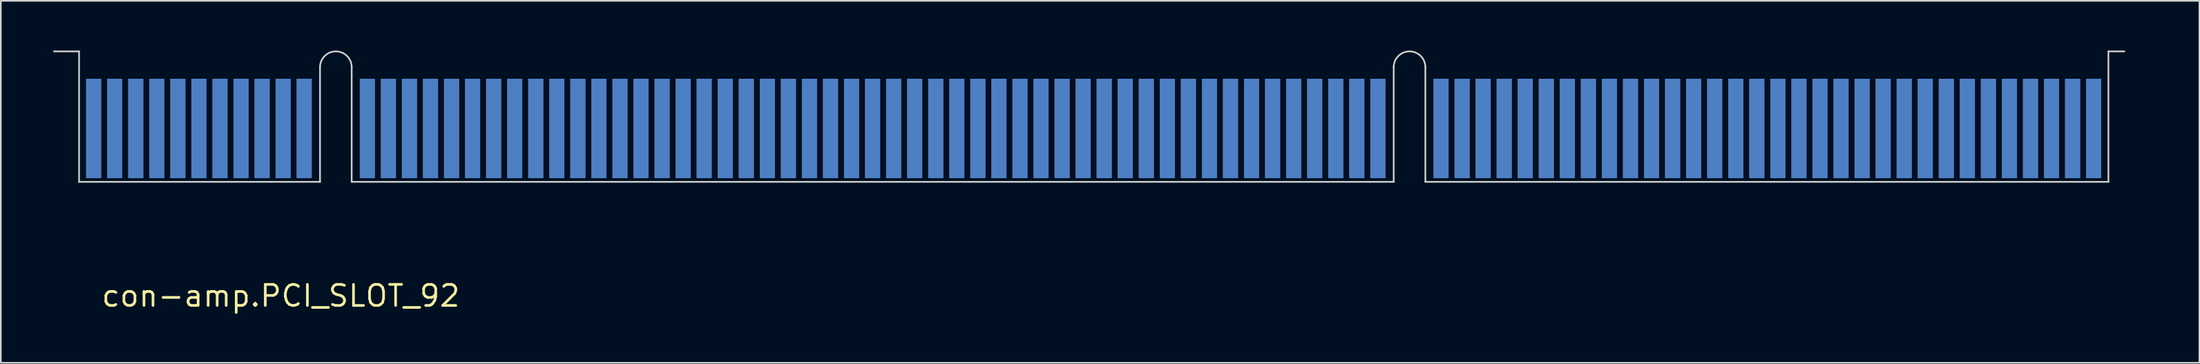
<source format=kicad_pcb>
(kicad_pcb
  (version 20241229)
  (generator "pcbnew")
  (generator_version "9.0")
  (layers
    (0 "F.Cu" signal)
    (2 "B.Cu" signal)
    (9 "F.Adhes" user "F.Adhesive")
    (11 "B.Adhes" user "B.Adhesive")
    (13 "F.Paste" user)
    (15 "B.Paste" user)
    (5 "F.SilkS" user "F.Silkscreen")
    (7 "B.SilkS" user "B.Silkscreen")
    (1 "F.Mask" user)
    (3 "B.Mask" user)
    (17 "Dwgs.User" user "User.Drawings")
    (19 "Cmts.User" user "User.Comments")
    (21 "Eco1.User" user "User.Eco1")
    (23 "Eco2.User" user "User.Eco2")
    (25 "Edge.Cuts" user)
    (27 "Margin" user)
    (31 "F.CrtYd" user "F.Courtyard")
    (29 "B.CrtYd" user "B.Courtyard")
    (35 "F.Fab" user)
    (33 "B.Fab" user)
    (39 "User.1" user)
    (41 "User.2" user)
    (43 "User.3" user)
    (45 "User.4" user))
  (footprint "con-amp.PCI_SLOT_92"
    (layer "F.Cu")
    (at 2.6 7.92)
    (property "Reference" "con-amp.PCI_SLOT_92" (at 0.39 7.62 0) (layer "F.SilkS") (effects (font (size 1.27 1.27) (thickness 0.16)) (justify left bottom)))
    (attr smd)
    (fp_line (start -2.15 3.81) (end 123.58 3.81) (stroke (width 0.9) (type default)) (layer "F.Mask"))
    (fp_line (start 0 -5.915) (end 0 3.52) (stroke (width 0.91) (type default)) (layer "F.Mask"))
    (fp_line (start 1.27 -5.915) (end 1.27 3.52) (stroke (width 0.91) (type default)) (layer "F.Mask"))
    (fp_line (start 2.54 -5.915) (end 2.54 3.52) (stroke (width 0.91) (type default)) (layer "F.Mask"))
    (fp_line (start 3.81 -5.915) (end 3.81 3.52) (stroke (width 0.91) (type default)) (layer "F.Mask"))
    (fp_line (start 5.08 -5.915) (end 5.08 3.52) (stroke (width 0.91) (type default)) (layer "F.Mask"))
    (fp_line (start 6.35 -5.915) (end 6.35 3.52) (stroke (width 0.91) (type default)) (layer "F.Mask"))
    (fp_line (start 7.62 -5.915) (end 7.62 3.52) (stroke (width 0.91) (type default)) (layer "F.Mask"))
    (fp_line (start 8.89 -5.915) (end 8.89 3.52) (stroke (width 0.91) (type default)) (layer "F.Mask"))
    (fp_line (start 10.16 -5.915) (end 10.16 3.52) (stroke (width 0.91) (type default)) (layer "F.Mask"))
    (fp_line (start 11.43 -5.915) (end 11.43 3.52) (stroke (width 0.91) (type default)) (layer "F.Mask"))
    (fp_line (start 12.7 -5.915) (end 12.7 3.52) (stroke (width 0.91) (type default)) (layer "F.Mask"))
    (fp_line (start 16.51 -5.915) (end 16.51 3.52) (stroke (width 0.91) (type default)) (layer "F.Mask"))
    (fp_line (start 17.78 -5.915) (end 17.78 3.52) (stroke (width 0.91) (type default)) (layer "F.Mask"))
    (fp_line (start 19.05 -5.915) (end 19.05 3.52) (stroke (width 0.91) (type default)) (layer "F.Mask"))
    (fp_line (start 20.32 -5.915) (end 20.32 3.52) (stroke (width 0.91) (type default)) (layer "F.Mask"))
    (fp_line (start 21.59 -5.915) (end 21.59 3.52) (stroke (width 0.91) (type default)) (layer "F.Mask"))
    (fp_line (start 22.86 -5.915) (end 22.86 3.52) (stroke (width 0.91) (type default)) (layer "F.Mask"))
    (fp_line (start 24.13 -5.915) (end 24.13 3.52) (stroke (width 0.91) (type default)) (layer "F.Mask"))
    (fp_line (start 25.4 -5.915) (end 25.4 3.52) (stroke (width 0.91) (type default)) (layer "F.Mask"))
    (fp_line (start 26.67 -5.915) (end 26.67 3.52) (stroke (width 0.91) (type default)) (layer "F.Mask"))
    (fp_line (start 27.94 -5.915) (end 27.94 3.52) (stroke (width 0.91) (type default)) (layer "F.Mask"))
    (fp_line (start 29.21 -5.915) (end 29.21 3.52) (stroke (width 0.91) (type default)) (layer "F.Mask"))
    (fp_line (start 30.48 -5.915) (end 30.48 3.52) (stroke (width 0.91) (type default)) (layer "F.Mask"))
    (fp_line (start 31.75 -5.915) (end 31.75 3.52) (stroke (width 0.91) (type default)) (layer "F.Mask"))
    (fp_line (start 33.02 -5.915) (end 33.02 3.52) (stroke (width 0.91) (type default)) (layer "F.Mask"))
    (fp_line (start 34.29 -5.915) (end 34.29 3.52) (stroke (width 0.91) (type default)) (layer "F.Mask"))
    (fp_line (start 35.56 -5.915) (end 35.56 3.52) (stroke (width 0.91) (type default)) (layer "F.Mask"))
    (fp_line (start 36.83 -5.915) (end 36.83 3.52) (stroke (width 0.91) (type default)) (layer "F.Mask"))
    (fp_line (start 38.1 -5.915) (end 38.1 3.52) (stroke (width 0.91) (type default)) (layer "F.Mask"))
    (fp_line (start 39.37 -5.915) (end 39.37 3.52) (stroke (width 0.91) (type default)) (layer "F.Mask"))
    (fp_line (start 40.64 -5.915) (end 40.64 3.52) (stroke (width 0.91) (type default)) (layer "F.Mask"))
    (fp_line (start 41.91 -5.915) (end 41.91 3.52) (stroke (width 0.91) (type default)) (layer "F.Mask"))
    (fp_line (start 43.18 -5.915) (end 43.18 3.52) (stroke (width 0.91) (type default)) (layer "F.Mask"))
    (fp_line (start 44.45 -5.915) (end 44.45 3.52) (stroke (width 0.91) (type default)) (layer "F.Mask"))
    (fp_line (start 45.72 -5.915) (end 45.72 3.52) (stroke (width 0.91) (type default)) (layer "F.Mask"))
    (fp_line (start 46.99 -5.915) (end 46.99 3.52) (stroke (width 0.91) (type default)) (layer "F.Mask"))
    (fp_line (start 48.26 -5.915) (end 48.26 3.52) (stroke (width 0.91) (type default)) (layer "F.Mask"))
    (fp_line (start 49.53 -5.915) (end 49.53 3.52) (stroke (width 0.91) (type default)) (layer "F.Mask"))
    (fp_line (start 50.8 -5.915) (end 50.8 3.52) (stroke (width 0.91) (type default)) (layer "F.Mask"))
    (fp_line (start 52.07 -5.915) (end 52.07 3.52) (stroke (width 0.91) (type default)) (layer "F.Mask"))
    (fp_line (start 53.34 -5.915) (end 53.34 3.52) (stroke (width 0.91) (type default)) (layer "F.Mask"))
    (fp_line (start 54.61 -5.915) (end 54.61 3.52) (stroke (width 0.91) (type default)) (layer "F.Mask"))
    (fp_line (start 55.88 -5.915) (end 55.88 3.52) (stroke (width 0.91) (type default)) (layer "F.Mask"))
    (fp_line (start 57.15 -5.915) (end 57.15 3.52) (stroke (width 0.91) (type default)) (layer "F.Mask"))
    (fp_line (start 58.42 -5.915) (end 58.42 3.52) (stroke (width 0.91) (type default)) (layer "F.Mask"))
    (fp_line (start 59.69 -5.915) (end 59.69 3.52) (stroke (width 0.91) (type default)) (layer "F.Mask"))
    (fp_line (start 60.96 -5.915) (end 60.96 3.52) (stroke (width 0.91) (type default)) (layer "F.Mask"))
    (fp_line (start 62.23 -5.915) (end 62.23 3.52) (stroke (width 0.91) (type default)) (layer "F.Mask"))
    (fp_line (start 63.5 -5.915) (end 63.5 3.52) (stroke (width 0.91) (type default)) (layer "F.Mask"))
    (fp_line (start 64.77 -5.915) (end 64.77 3.52) (stroke (width 0.91) (type default)) (layer "F.Mask"))
    (fp_line (start 66.04 -5.915) (end 66.04 3.52) (stroke (width 0.91) (type default)) (layer "F.Mask"))
    (fp_line (start 67.31 -5.915) (end 67.31 3.52) (stroke (width 0.91) (type default)) (layer "F.Mask"))
    (fp_line (start 68.58 -5.915) (end 68.58 3.52) (stroke (width 0.91) (type default)) (layer "F.Mask"))
    (fp_line (start 69.85 -5.915) (end 69.85 3.52) (stroke (width 0.91) (type default)) (layer "F.Mask"))
    (fp_line (start 71.12 -5.915) (end 71.12 3.52) (stroke (width 0.91) (type default)) (layer "F.Mask"))
    (fp_line (start 72.39 -5.915) (end 72.39 3.52) (stroke (width 0.91) (type default)) (layer "F.Mask"))
    (fp_line (start 73.66 -5.915) (end 73.66 3.52) (stroke (width 0.91) (type default)) (layer "F.Mask"))
    (fp_line (start 74.93 -5.915) (end 74.93 3.52) (stroke (width 0.91) (type default)) (layer "F.Mask"))
    (fp_line (start 76.2 -5.915) (end 76.2 3.52) (stroke (width 0.91) (type default)) (layer "F.Mask"))
    (fp_line (start 77.47 -5.915) (end 77.47 3.52) (stroke (width 0.91) (type default)) (layer "F.Mask"))
    (fp_line (start 81.28 -5.915) (end 81.28 3.52) (stroke (width 0.91) (type default)) (layer "F.Mask"))
    (fp_line (start 82.55 -5.915) (end 82.55 3.52) (stroke (width 0.91) (type default)) (layer "F.Mask"))
    (fp_line (start 83.82 -5.915) (end 83.82 3.52) (stroke (width 0.91) (type default)) (layer "F.Mask"))
    (fp_line (start 85.09 -5.915) (end 85.09 3.52) (stroke (width 0.91) (type default)) (layer "F.Mask"))
    (fp_line (start 86.36 -5.915) (end 86.36 3.52) (stroke (width 0.91) (type default)) (layer "F.Mask"))
    (fp_line (start 87.63 -5.915) (end 87.63 3.52) (stroke (width 0.91) (type default)) (layer "F.Mask"))
    (fp_line (start 88.9 -5.915) (end 88.9 3.52) (stroke (width 0.91) (type default)) (layer "F.Mask"))
    (fp_line (start 90.17 -5.915) (end 90.17 3.52) (stroke (width 0.91) (type default)) (layer "F.Mask"))
    (fp_line (start 91.44 -5.915) (end 91.44 3.52) (stroke (width 0.91) (type default)) (layer "F.Mask"))
    (fp_line (start 92.71 -5.915) (end 92.71 3.52) (stroke (width 0.91) (type default)) (layer "F.Mask"))
    (fp_line (start 93.98 -5.915) (end 93.98 3.52) (stroke (width 0.91) (type default)) (layer "F.Mask"))
    (fp_line (start 95.25 -5.915) (end 95.25 3.52) (stroke (width 0.91) (type default)) (layer "F.Mask"))
    (fp_line (start 96.52 -5.915) (end 96.52 3.52) (stroke (width 0.91) (type default)) (layer "F.Mask"))
    (fp_line (start 97.79 -5.915) (end 97.79 3.52) (stroke (width 0.91) (type default)) (layer "F.Mask"))
    (fp_line (start 99.06 -5.915) (end 99.06 3.52) (stroke (width 0.91) (type default)) (layer "F.Mask"))
    (fp_line (start 100.33 -5.915) (end 100.33 3.52) (stroke (width 0.91) (type default)) (layer "F.Mask"))
    (fp_line (start 101.6 -5.915) (end 101.6 3.52) (stroke (width 0.91) (type default)) (layer "F.Mask"))
    (fp_line (start 102.87 -5.915) (end 102.87 3.52) (stroke (width 0.91) (type default)) (layer "F.Mask"))
    (fp_line (start 104.14 -5.915) (end 104.14 3.52) (stroke (width 0.91) (type default)) (layer "F.Mask"))
    (fp_line (start 105.41 -5.915) (end 105.41 3.52) (stroke (width 0.91) (type default)) (layer "F.Mask"))
    (fp_line (start 106.68 -5.915) (end 106.68 3.52) (stroke (width 0.91) (type default)) (layer "F.Mask"))
    (fp_line (start 107.95 -5.915) (end 107.95 3.52) (stroke (width 0.91) (type default)) (layer "F.Mask"))
    (fp_line (start 109.22 -5.915) (end 109.22 3.52) (stroke (width 0.91) (type default)) (layer "F.Mask"))
    (fp_line (start 110.49 -5.915) (end 110.49 3.52) (stroke (width 0.91) (type default)) (layer "F.Mask"))
    (fp_line (start 111.76 -5.915) (end 111.76 3.52) (stroke (width 0.91) (type default)) (layer "F.Mask"))
    (fp_line (start 113.03 -5.915) (end 113.03 3.52) (stroke (width 0.91) (type default)) (layer "F.Mask"))
    (fp_line (start 114.3 -5.915) (end 114.3 3.52) (stroke (width 0.91) (type default)) (layer "F.Mask"))
    (fp_line (start 115.57 -5.915) (end 115.57 3.52) (stroke (width 0.91) (type default)) (layer "F.Mask"))
    (fp_line (start 116.84 -5.915) (end 116.84 3.52) (stroke (width 0.91) (type default)) (layer "F.Mask"))
    (fp_line (start 118.11 -5.915) (end 118.11 3.52) (stroke (width 0.91) (type default)) (layer "F.Mask"))
    (fp_line (start 119.38 -5.915) (end 119.38 3.52) (stroke (width 0.91) (type default)) (layer "F.Mask"))
    (fp_line (start 120.65 -5.915) (end 120.65 3.52) (stroke (width 0.91) (type default)) (layer "F.Mask"))
    (fp_line (start 0 3.52) (end 0 -5.915) (stroke (width 0.91) (type default)) (layer "B.Mask"))
    (fp_line (start 1.27 3.52) (end 1.27 -5.915) (stroke (width 0.91) (type default)) (layer "B.Mask"))
    (fp_line (start 2.54 3.52) (end 2.54 -5.915) (stroke (width 0.91) (type default)) (layer "B.Mask"))
    (fp_line (start 3.81 3.52) (end 3.81 -5.915) (stroke (width 0.91) (type default)) (layer "B.Mask"))
    (fp_line (start 5.08 3.52) (end 5.08 -5.915) (stroke (width 0.91) (type default)) (layer "B.Mask"))
    (fp_line (start 6.35 3.52) (end 6.35 -5.915) (stroke (width 0.91) (type default)) (layer "B.Mask"))
    (fp_line (start 7.62 3.52) (end 7.62 -5.915) (stroke (width 0.91) (type default)) (layer "B.Mask"))
    (fp_line (start 8.89 3.52) (end 8.89 -5.915) (stroke (width 0.91) (type default)) (layer "B.Mask"))
    (fp_line (start 10.16 3.52) (end 10.16 -5.915) (stroke (width 0.91) (type default)) (layer "B.Mask"))
    (fp_line (start 11.43 3.52) (end 11.43 -5.915) (stroke (width 0.91) (type default)) (layer "B.Mask"))
    (fp_line (start 12.7 3.52) (end 12.7 -5.915) (stroke (width 0.91) (type default)) (layer "B.Mask"))
    (fp_line (start 16.51 3.52) (end 16.51 -5.915) (stroke (width 0.91) (type default)) (layer "B.Mask"))
    (fp_line (start 17.78 3.52) (end 17.78 -5.915) (stroke (width 0.91) (type default)) (layer "B.Mask"))
    (fp_line (start 19.05 3.52) (end 19.05 -5.915) (stroke (width 0.91) (type default)) (layer "B.Mask"))
    (fp_line (start 20.32 3.52) (end 20.32 -5.915) (stroke (width 0.91) (type default)) (layer "B.Mask"))
    (fp_line (start 21.59 3.52) (end 21.59 -5.915) (stroke (width 0.91) (type default)) (layer "B.Mask"))
    (fp_line (start 22.86 3.52) (end 22.86 -5.915) (stroke (width 0.91) (type default)) (layer "B.Mask"))
    (fp_line (start 24.13 3.52) (end 24.13 -5.915) (stroke (width 0.91) (type default)) (layer "B.Mask"))
    (fp_line (start 25.4 3.52) (end 25.4 -5.915) (stroke (width 0.91) (type default)) (layer "B.Mask"))
    (fp_line (start 26.67 3.52) (end 26.67 -5.915) (stroke (width 0.91) (type default)) (layer "B.Mask"))
    (fp_line (start 27.94 3.52) (end 27.94 -5.915) (stroke (width 0.91) (type default)) (layer "B.Mask"))
    (fp_line (start 29.21 3.52) (end 29.21 -5.915) (stroke (width 0.91) (type default)) (layer "B.Mask"))
    (fp_line (start 30.48 3.52) (end 30.48 -5.915) (stroke (width 0.91) (type default)) (layer "B.Mask"))
    (fp_line (start 31.75 3.52) (end 31.75 -5.915) (stroke (width 0.91) (type default)) (layer "B.Mask"))
    (fp_line (start 33.02 3.52) (end 33.02 -5.915) (stroke (width 0.91) (type default)) (layer "B.Mask"))
    (fp_line (start 34.29 3.52) (end 34.29 -5.915) (stroke (width 0.91) (type default)) (layer "B.Mask"))
    (fp_line (start 35.56 3.52) (end 35.56 -5.915) (stroke (width 0.91) (type default)) (layer "B.Mask"))
    (fp_line (start 36.83 3.52) (end 36.83 -5.915) (stroke (width 0.91) (type default)) (layer "B.Mask"))
    (fp_line (start 38.1 3.52) (end 38.1 -5.915) (stroke (width 0.91) (type default)) (layer "B.Mask"))
    (fp_line (start 39.37 3.52) (end 39.37 -5.915) (stroke (width 0.91) (type default)) (layer "B.Mask"))
    (fp_line (start 40.64 3.52) (end 40.64 -5.915) (stroke (width 0.91) (type default)) (layer "B.Mask"))
    (fp_line (start 41.91 3.52) (end 41.91 -5.915) (stroke (width 0.91) (type default)) (layer "B.Mask"))
    (fp_line (start 43.18 3.52) (end 43.18 -5.915) (stroke (width 0.91) (type default)) (layer "B.Mask"))
    (fp_line (start 44.45 3.52) (end 44.45 -5.915) (stroke (width 0.91) (type default)) (layer "B.Mask"))
    (fp_line (start 45.72 3.52) (end 45.72 -5.915) (stroke (width 0.91) (type default)) (layer "B.Mask"))
    (fp_line (start 46.99 3.52) (end 46.99 -5.915) (stroke (width 0.91) (type default)) (layer "B.Mask"))
    (fp_line (start 48.26 3.52) (end 48.26 -5.915) (stroke (width 0.91) (type default)) (layer "B.Mask"))
    (fp_line (start 49.53 3.52) (end 49.53 -5.915) (stroke (width 0.91) (type default)) (layer "B.Mask"))
    (fp_line (start 50.8 3.52) (end 50.8 -5.915) (stroke (width 0.91) (type default)) (layer "B.Mask"))
    (fp_line (start 52.07 3.52) (end 52.07 -5.915) (stroke (width 0.91) (type default)) (layer "B.Mask"))
    (fp_line (start 53.34 3.52) (end 53.34 -5.915) (stroke (width 0.91) (type default)) (layer "B.Mask"))
    (fp_line (start 54.61 3.52) (end 54.61 -5.915) (stroke (width 0.91) (type default)) (layer "B.Mask"))
    (fp_line (start 55.88 3.52) (end 55.88 -5.915) (stroke (width 0.91) (type default)) (layer "B.Mask"))
    (fp_line (start 57.15 3.52) (end 57.15 -5.915) (stroke (width 0.91) (type default)) (layer "B.Mask"))
    (fp_line (start 58.42 3.52) (end 58.42 -5.915) (stroke (width 0.91) (type default)) (layer "B.Mask"))
    (fp_line (start 59.69 3.52) (end 59.69 -5.915) (stroke (width 0.91) (type default)) (layer "B.Mask"))
    (fp_line (start 60.96 3.52) (end 60.96 -5.915) (stroke (width 0.91) (type default)) (layer "B.Mask"))
    (fp_line (start 62.23 3.52) (end 62.23 -5.915) (stroke (width 0.91) (type default)) (layer "B.Mask"))
    (fp_line (start 63.5 3.52) (end 63.5 -5.915) (stroke (width 0.91) (type default)) (layer "B.Mask"))
    (fp_line (start 64.77 3.52) (end 64.77 -5.915) (stroke (width 0.91) (type default)) (layer "B.Mask"))
    (fp_line (start 66.04 3.52) (end 66.04 -5.915) (stroke (width 0.91) (type default)) (layer "B.Mask"))
    (fp_line (start 67.31 3.52) (end 67.31 -5.915) (stroke (width 0.91) (type default)) (layer "B.Mask"))
    (fp_line (start 68.58 3.52) (end 68.58 -5.915) (stroke (width 0.91) (type default)) (layer "B.Mask"))
    (fp_line (start 69.85 3.52) (end 69.85 -5.915) (stroke (width 0.91) (type default)) (layer "B.Mask"))
    (fp_line (start 71.12 3.52) (end 71.12 -5.915) (stroke (width 0.91) (type default)) (layer "B.Mask"))
    (fp_line (start 72.39 3.52) (end 72.39 -5.915) (stroke (width 0.91) (type default)) (layer "B.Mask"))
    (fp_line (start 73.66 3.52) (end 73.66 -5.915) (stroke (width 0.91) (type default)) (layer "B.Mask"))
    (fp_line (start 74.93 3.52) (end 74.93 -5.915) (stroke (width 0.91) (type default)) (layer "B.Mask"))
    (fp_line (start 76.2 3.52) (end 76.2 -5.915) (stroke (width 0.91) (type default)) (layer "B.Mask"))
    (fp_line (start 77.47 3.52) (end 77.47 -5.915) (stroke (width 0.91) (type default)) (layer "B.Mask"))
    (fp_line (start 81.28 3.52) (end 81.28 -5.915) (stroke (width 0.91) (type default)) (layer "B.Mask"))
    (fp_line (start 82.55 3.52) (end 82.55 -5.915) (stroke (width 0.91) (type default)) (layer "B.Mask"))
    (fp_line (start 83.82 3.52) (end 83.82 -5.915) (stroke (width 0.91) (type default)) (layer "B.Mask"))
    (fp_line (start 85.09 3.52) (end 85.09 -5.915) (stroke (width 0.91) (type default)) (layer "B.Mask"))
    (fp_line (start 86.36 3.52) (end 86.36 -5.915) (stroke (width 0.91) (type default)) (layer "B.Mask"))
    (fp_line (start 87.63 3.52) (end 87.63 -5.915) (stroke (width 0.91) (type default)) (layer "B.Mask"))
    (fp_line (start 88.9 3.52) (end 88.9 -5.915) (stroke (width 0.91) (type default)) (layer "B.Mask"))
    (fp_line (start 90.17 3.52) (end 90.17 -5.915) (stroke (width 0.91) (type default)) (layer "B.Mask"))
    (fp_line (start 91.44 3.52) (end 91.44 -5.915) (stroke (width 0.91) (type default)) (layer "B.Mask"))
    (fp_line (start 92.71 3.52) (end 92.71 -5.915) (stroke (width 0.91) (type default)) (layer "B.Mask"))
    (fp_line (start 93.98 3.52) (end 93.98 -5.915) (stroke (width 0.91) (type default)) (layer "B.Mask"))
    (fp_line (start 95.25 3.52) (end 95.25 -5.915) (stroke (width 0.91) (type default)) (layer "B.Mask"))
    (fp_line (start 96.52 3.52) (end 96.52 -5.915) (stroke (width 0.91) (type default)) (layer "B.Mask"))
    (fp_line (start 97.79 3.52) (end 97.79 -5.915) (stroke (width 0.91) (type default)) (layer "B.Mask"))
    (fp_line (start 99.06 3.52) (end 99.06 -5.915) (stroke (width 0.91) (type default)) (layer "B.Mask"))
    (fp_line (start 100.33 3.52) (end 100.33 -5.915) (stroke (width 0.91) (type default)) (layer "B.Mask"))
    (fp_line (start 101.6 3.52) (end 101.6 -5.915) (stroke (width 0.91) (type default)) (layer "B.Mask"))
    (fp_line (start 102.87 3.52) (end 102.87 -5.915) (stroke (width 0.91) (type default)) (layer "B.Mask"))
    (fp_line (start 104.14 3.52) (end 104.14 -5.915) (stroke (width 0.91) (type default)) (layer "B.Mask"))
    (fp_line (start 105.41 3.52) (end 105.41 -5.915) (stroke (width 0.91) (type default)) (layer "B.Mask"))
    (fp_line (start 106.68 3.52) (end 106.68 -5.915) (stroke (width 0.91) (type default)) (layer "B.Mask"))
    (fp_line (start 107.95 3.52) (end 107.95 -5.915) (stroke (width 0.91) (type default)) (layer "B.Mask"))
    (fp_line (start 109.22 3.52) (end 109.22 -5.915) (stroke (width 0.91) (type default)) (layer "B.Mask"))
    (fp_line (start 110.49 3.52) (end 110.49 -5.915) (stroke (width 0.91) (type default)) (layer "B.Mask"))
    (fp_line (start 111.76 3.52) (end 111.76 -5.915) (stroke (width 0.91) (type default)) (layer "B.Mask"))
    (fp_line (start 113.03 3.52) (end 113.03 -5.915) (stroke (width 0.91) (type default)) (layer "B.Mask"))
    (fp_line (start 114.3 3.52) (end 114.3 -5.915) (stroke (width 0.91) (type default)) (layer "B.Mask"))
    (fp_line (start 115.57 3.52) (end 115.57 -5.915) (stroke (width 0.91) (type default)) (layer "B.Mask"))
    (fp_line (start 116.84 3.52) (end 116.84 -5.915) (stroke (width 0.91) (type default)) (layer "B.Mask"))
    (fp_line (start 118.11 3.52) (end 118.11 -5.915) (stroke (width 0.91) (type default)) (layer "B.Mask"))
    (fp_line (start 119.38 3.52) (end 119.38 -5.915) (stroke (width 0.91) (type default)) (layer "B.Mask"))
    (fp_line (start 120.65 3.52) (end 120.65 -5.915) (stroke (width 0.91) (type default)) (layer "B.Mask"))
    (fp_line (start 123.58 3.81) (end -2.15 3.81) (stroke (width 0.9) (type default)) (layer "B.Mask"))
    (fp_line (start -0.88 -7.87) (end -2.4 -7.87) (stroke (width 0.1) (type default)) (layer "Edge.Cuts"))
    (fp_line (start -0.88 0) (end -0.88 -7.87) (stroke (width 0.1) (type default)) (layer "Edge.Cuts"))
    (fp_line (start -0.88 0) (end 13.655 0) (stroke (width 0.1) (type default)) (layer "Edge.Cuts"))
    (fp_line (start 13.655 0) (end 13.655 -6.915) (stroke (width 0.1) (type default)) (layer "Edge.Cuts"))
    (fp_line (start 15.565 0) (end 15.565 -6.915) (stroke (width 0.1) (type default)) (layer "Edge.Cuts"))
    (fp_line (start 15.565 0) (end 78.425 0) (stroke (width 0.1) (type default)) (layer "Edge.Cuts"))
    (fp_line (start 78.425 0) (end 78.425 -6.915) (stroke (width 0.1) (type default)) (layer "Edge.Cuts"))
    (fp_line (start 80.335 0) (end 80.335 -6.915) (stroke (width 0.1) (type default)) (layer "Edge.Cuts"))
    (fp_line (start 80.335 0) (end 121.54 0) (stroke (width 0.1) (type default)) (layer "Edge.Cuts"))
    (fp_line (start 121.54 -7.87) (end 122.5 -7.87) (stroke (width 0.1) (type default)) (layer "Edge.Cuts"))
    (fp_line (start 121.54 0) (end 121.54 -7.87) (stroke (width 0.1) (type default)) (layer "Edge.Cuts"))
    (fp_arc (start 13.655 -6.915) (mid 14.61 -7.87) (end 15.565 -6.915) (stroke (width 0.1) (type default)) (layer "Edge.Cuts"))
    (fp_arc (start 78.425 -6.915) (mid 79.38 -7.87) (end 80.335 -6.915) (stroke (width 0.1) (type default)) (layer "Edge.Cuts"))
    (pad "1" smd roundrect (at 0 -3.22) (size 0.91 6) (layers "F.Cu" "F.Mask" "F.Paste") (roundrect_rratio 0.01))
    (pad "2" smd roundrect (at 0 -3.22) (size 0.91 6) (layers "B.Cu" "B.Mask" "B.Paste") (roundrect_rratio 0.01))
    (pad "3" smd roundrect (at 1.27 -3.22) (size 0.91 6) (layers "F.Cu" "F.Mask" "F.Paste") (roundrect_rratio 0.01))
    (pad "4" smd roundrect (at 1.27 -3.22) (size 0.91 6) (layers "B.Cu" "B.Mask" "B.Paste") (roundrect_rratio 0.01))
    (pad "5" smd roundrect (at 2.54 -3.22) (size 0.91 6) (layers "F.Cu" "F.Mask" "F.Paste") (roundrect_rratio 0.01))
    (pad "6" smd roundrect (at 2.54 -3.22) (size 0.91 6) (layers "B.Cu" "B.Mask" "B.Paste") (roundrect_rratio 0.01))
    (pad "7" smd roundrect (at 3.81 -3.22) (size 0.91 6) (layers "F.Cu" "F.Mask" "F.Paste") (roundrect_rratio 0.01))
    (pad "8" smd roundrect (at 3.81 -3.22) (size 0.91 6) (layers "B.Cu" "B.Mask" "B.Paste") (roundrect_rratio 0.01))
    (pad "9" smd roundrect (at 5.08 -3.22) (size 0.91 6) (layers "F.Cu" "F.Mask" "F.Paste") (roundrect_rratio 0.01))
    (pad "10" smd roundrect (at 5.08 -3.22) (size 0.91 6) (layers "B.Cu" "B.Mask" "B.Paste") (roundrect_rratio 0.01))
    (pad "11" smd roundrect (at 6.35 -3.22) (size 0.91 6) (layers "F.Cu" "F.Mask" "F.Paste") (roundrect_rratio 0.01))
    (pad "12" smd roundrect (at 6.35 -3.22) (size 0.91 6) (layers "B.Cu" "B.Mask" "B.Paste") (roundrect_rratio 0.01))
    (pad "13" smd roundrect (at 7.62 -3.22) (size 0.91 6) (layers "F.Cu" "F.Mask" "F.Paste") (roundrect_rratio 0.01))
    (pad "14" smd roundrect (at 7.62 -3.22) (size 0.91 6) (layers "B.Cu" "B.Mask" "B.Paste") (roundrect_rratio 0.01))
    (pad "15" smd roundrect (at 8.89 -3.22) (size 0.91 6) (layers "F.Cu" "F.Mask" "F.Paste") (roundrect_rratio 0.01))
    (pad "16" smd roundrect (at 8.89 -3.22) (size 0.91 6) (layers "B.Cu" "B.Mask" "B.Paste") (roundrect_rratio 0.01))
    (pad "17" smd roundrect (at 10.16 -3.22) (size 0.91 6) (layers "F.Cu" "F.Mask" "F.Paste") (roundrect_rratio 0.01))
    (pad "18" smd roundrect (at 10.16 -3.22) (size 0.91 6) (layers "B.Cu" "B.Mask" "B.Paste") (roundrect_rratio 0.01))
    (pad "19" smd roundrect (at 11.43 -3.22) (size 0.91 6) (layers "F.Cu" "F.Mask" "F.Paste") (roundrect_rratio 0.01))
    (pad "20" smd roundrect (at 11.43 -3.22) (size 0.91 6) (layers "B.Cu" "B.Mask" "B.Paste") (roundrect_rratio 0.01))
    (pad "21" smd roundrect (at 12.7 -3.22) (size 0.91 6) (layers "F.Cu" "F.Mask" "F.Paste") (roundrect_rratio 0.01))
    (pad "22" smd roundrect (at 12.7 -3.22) (size 0.91 6) (layers "B.Cu" "B.Mask" "B.Paste") (roundrect_rratio 0.01))
    (pad "23" smd roundrect (at 16.51 -3.22) (size 0.91 6) (layers "F.Cu" "F.Mask" "F.Paste") (roundrect_rratio 0.01))
    (pad "24" smd roundrect (at 16.51 -3.22) (size 0.91 6) (layers "B.Cu" "B.Mask" "B.Paste") (roundrect_rratio 0.01))
    (pad "25" smd roundrect (at 17.78 -3.22) (size 0.91 6) (layers "F.Cu" "F.Mask" "F.Paste") (roundrect_rratio 0.01))
    (pad "26" smd roundrect (at 17.78 -3.22) (size 0.91 6) (layers "B.Cu" "B.Mask" "B.Paste") (roundrect_rratio 0.01))
    (pad "27" smd roundrect (at 19.05 -3.22) (size 0.91 6) (layers "F.Cu" "F.Mask" "F.Paste") (roundrect_rratio 0.01))
    (pad "28" smd roundrect (at 19.05 -3.22) (size 0.91 6) (layers "B.Cu" "B.Mask" "B.Paste") (roundrect_rratio 0.01))
    (pad "29" smd roundrect (at 20.32 -3.22) (size 0.91 6) (layers "F.Cu" "F.Mask" "F.Paste") (roundrect_rratio 0.01))
    (pad "30" smd roundrect (at 20.32 -3.22) (size 0.91 6) (layers "B.Cu" "B.Mask" "B.Paste") (roundrect_rratio 0.01))
    (pad "31" smd roundrect (at 21.59 -3.22) (size 0.91 6) (layers "F.Cu" "F.Mask" "F.Paste") (roundrect_rratio 0.01))
    (pad "32" smd roundrect (at 21.59 -3.22) (size 0.91 6) (layers "B.Cu" "B.Mask" "B.Paste") (roundrect_rratio 0.01))
    (pad "33" smd roundrect (at 22.86 -3.22) (size 0.91 6) (layers "F.Cu" "F.Mask" "F.Paste") (roundrect_rratio 0.01))
    (pad "34" smd roundrect (at 22.86 -3.22) (size 0.91 6) (layers "B.Cu" "B.Mask" "B.Paste") (roundrect_rratio 0.01))
    (pad "35" smd roundrect (at 24.13 -3.22) (size 0.91 6) (layers "F.Cu" "F.Mask" "F.Paste") (roundrect_rratio 0.01))
    (pad "36" smd roundrect (at 24.13 -3.22) (size 0.91 6) (layers "B.Cu" "B.Mask" "B.Paste") (roundrect_rratio 0.01))
    (pad "37" smd roundrect (at 25.4 -3.22) (size 0.91 6) (layers "F.Cu" "F.Mask" "F.Paste") (roundrect_rratio 0.01))
    (pad "38" smd roundrect (at 25.4 -3.22) (size 0.91 6) (layers "B.Cu" "B.Mask" "B.Paste") (roundrect_rratio 0.01))
    (pad "39" smd roundrect (at 26.67 -3.22) (size 0.91 6) (layers "F.Cu" "F.Mask" "F.Paste") (roundrect_rratio 0.01))
    (pad "40" smd roundrect (at 26.67 -3.22) (size 0.91 6) (layers "B.Cu" "B.Mask" "B.Paste") (roundrect_rratio 0.01))
    (pad "41" smd roundrect (at 27.94 -3.22) (size 0.91 6) (layers "F.Cu" "F.Mask" "F.Paste") (roundrect_rratio 0.01))
    (pad "42" smd roundrect (at 27.94 -3.22) (size 0.91 6) (layers "B.Cu" "B.Mask" "B.Paste") (roundrect_rratio 0.01))
    (pad "43" smd roundrect (at 29.21 -3.22) (size 0.91 6) (layers "F.Cu" "F.Mask" "F.Paste") (roundrect_rratio 0.01))
    (pad "44" smd roundrect (at 29.21 -3.22) (size 0.91 6) (layers "B.Cu" "B.Mask" "B.Paste") (roundrect_rratio 0.01))
    (pad "45" smd roundrect (at 30.48 -3.22) (size 0.91 6) (layers "F.Cu" "F.Mask" "F.Paste") (roundrect_rratio 0.01))
    (pad "46" smd roundrect (at 30.48 -3.22) (size 0.91 6) (layers "B.Cu" "B.Mask" "B.Paste") (roundrect_rratio 0.01))
    (pad "47" smd roundrect (at 31.75 -3.22) (size 0.91 6) (layers "F.Cu" "F.Mask" "F.Paste") (roundrect_rratio 0.01))
    (pad "48" smd roundrect (at 31.75 -3.22) (size 0.91 6) (layers "B.Cu" "B.Mask" "B.Paste") (roundrect_rratio 0.01))
    (pad "49" smd roundrect (at 33.02 -3.22) (size 0.91 6) (layers "F.Cu" "F.Mask" "F.Paste") (roundrect_rratio 0.01))
    (pad "50" smd roundrect (at 33.02 -3.22) (size 0.91 6) (layers "B.Cu" "B.Mask" "B.Paste") (roundrect_rratio 0.01))
    (pad "51" smd roundrect (at 34.29 -3.22) (size 0.91 6) (layers "F.Cu" "F.Mask" "F.Paste") (roundrect_rratio 0.01))
    (pad "52" smd roundrect (at 34.29 -3.22) (size 0.91 6) (layers "B.Cu" "B.Mask" "B.Paste") (roundrect_rratio 0.01))
    (pad "53" smd roundrect (at 35.56 -3.22) (size 0.91 6) (layers "F.Cu" "F.Mask" "F.Paste") (roundrect_rratio 0.01))
    (pad "54" smd roundrect (at 35.56 -3.22) (size 0.91 6) (layers "B.Cu" "B.Mask" "B.Paste") (roundrect_rratio 0.01))
    (pad "55" smd roundrect (at 36.83 -3.22) (size 0.91 6) (layers "F.Cu" "F.Mask" "F.Paste") (roundrect_rratio 0.01))
    (pad "56" smd roundrect (at 36.83 -3.22) (size 0.91 6) (layers "B.Cu" "B.Mask" "B.Paste") (roundrect_rratio 0.01))
    (pad "57" smd roundrect (at 38.1 -3.22) (size 0.91 6) (layers "F.Cu" "F.Mask" "F.Paste") (roundrect_rratio 0.01))
    (pad "58" smd roundrect (at 38.1 -3.22) (size 0.91 6) (layers "B.Cu" "B.Mask" "B.Paste") (roundrect_rratio 0.01))
    (pad "59" smd roundrect (at 39.37 -3.22) (size 0.91 6) (layers "F.Cu" "F.Mask" "F.Paste") (roundrect_rratio 0.01))
    (pad "60" smd roundrect (at 39.37 -3.22) (size 0.91 6) (layers "B.Cu" "B.Mask" "B.Paste") (roundrect_rratio 0.01))
    (pad "61" smd roundrect (at 40.64 -3.22) (size 0.91 6) (layers "F.Cu" "F.Mask" "F.Paste") (roundrect_rratio 0.01))
    (pad "62" smd roundrect (at 40.64 -3.22) (size 0.91 6) (layers "B.Cu" "B.Mask" "B.Paste") (roundrect_rratio 0.01))
    (pad "63" smd roundrect (at 41.91 -3.22) (size 0.91 6) (layers "F.Cu" "F.Mask" "F.Paste") (roundrect_rratio 0.01))
    (pad "64" smd roundrect (at 41.91 -3.22) (size 0.91 6) (layers "B.Cu" "B.Mask" "B.Paste") (roundrect_rratio 0.01))
    (pad "65" smd roundrect (at 43.18 -3.22) (size 0.91 6) (layers "F.Cu" "F.Mask" "F.Paste") (roundrect_rratio 0.01))
    (pad "66" smd roundrect (at 43.18 -3.22) (size 0.91 6) (layers "B.Cu" "B.Mask" "B.Paste") (roundrect_rratio 0.01))
    (pad "67" smd roundrect (at 44.45 -3.22) (size 0.91 6) (layers "F.Cu" "F.Mask" "F.Paste") (roundrect_rratio 0.01))
    (pad "68" smd roundrect (at 44.45 -3.22) (size 0.91 6) (layers "B.Cu" "B.Mask" "B.Paste") (roundrect_rratio 0.01))
    (pad "69" smd roundrect (at 45.72 -3.22) (size 0.91 6) (layers "F.Cu" "F.Mask" "F.Paste") (roundrect_rratio 0.01))
    (pad "70" smd roundrect (at 45.72 -3.22) (size 0.91 6) (layers "B.Cu" "B.Mask" "B.Paste") (roundrect_rratio 0.01))
    (pad "71" smd roundrect (at 46.99 -3.22) (size 0.91 6) (layers "F.Cu" "F.Mask" "F.Paste") (roundrect_rratio 0.01))
    (pad "72" smd roundrect (at 46.99 -3.22) (size 0.91 6) (layers "B.Cu" "B.Mask" "B.Paste") (roundrect_rratio 0.01))
    (pad "73" smd roundrect (at 48.26 -3.22) (size 0.91 6) (layers "F.Cu" "F.Mask" "F.Paste") (roundrect_rratio 0.01))
    (pad "74" smd roundrect (at 48.26 -3.22) (size 0.91 6) (layers "B.Cu" "B.Mask" "B.Paste") (roundrect_rratio 0.01))
    (pad "75" smd roundrect (at 49.53 -3.22) (size 0.91 6) (layers "F.Cu" "F.Mask" "F.Paste") (roundrect_rratio 0.01))
    (pad "76" smd roundrect (at 49.53 -3.22) (size 0.91 6) (layers "B.Cu" "B.Mask" "B.Paste") (roundrect_rratio 0.01))
    (pad "77" smd roundrect (at 50.8 -3.22) (size 0.91 6) (layers "F.Cu" "F.Mask" "F.Paste") (roundrect_rratio 0.01))
    (pad "78" smd roundrect (at 50.8 -3.22) (size 0.91 6) (layers "B.Cu" "B.Mask" "B.Paste") (roundrect_rratio 0.01))
    (pad "79" smd roundrect (at 52.07 -3.22) (size 0.91 6) (layers "F.Cu" "F.Mask" "F.Paste") (roundrect_rratio 0.01))
    (pad "80" smd roundrect (at 52.07 -3.22) (size 0.91 6) (layers "B.Cu" "B.Mask" "B.Paste") (roundrect_rratio 0.01))
    (pad "81" smd roundrect (at 53.34 -3.22) (size 0.91 6) (layers "F.Cu" "F.Mask" "F.Paste") (roundrect_rratio 0.01))
    (pad "82" smd roundrect (at 53.34 -3.22) (size 0.91 6) (layers "B.Cu" "B.Mask" "B.Paste") (roundrect_rratio 0.01))
    (pad "83" smd roundrect (at 54.61 -3.22) (size 0.91 6) (layers "F.Cu" "F.Mask" "F.Paste") (roundrect_rratio 0.01))
    (pad "84" smd roundrect (at 54.61 -3.22) (size 0.91 6) (layers "B.Cu" "B.Mask" "B.Paste") (roundrect_rratio 0.01))
    (pad "85" smd roundrect (at 55.88 -3.22) (size 0.91 6) (layers "F.Cu" "F.Mask" "F.Paste") (roundrect_rratio 0.01))
    (pad "86" smd roundrect (at 55.88 -3.22) (size 0.91 6) (layers "B.Cu" "B.Mask" "B.Paste") (roundrect_rratio 0.01))
    (pad "87" smd roundrect (at 57.15 -3.22) (size 0.91 6) (layers "F.Cu" "F.Mask" "F.Paste") (roundrect_rratio 0.01))
    (pad "88" smd roundrect (at 57.15 -3.22) (size 0.91 6) (layers "B.Cu" "B.Mask" "B.Paste") (roundrect_rratio 0.01))
    (pad "89" smd roundrect (at 58.42 -3.22) (size 0.91 6) (layers "F.Cu" "F.Mask" "F.Paste") (roundrect_rratio 0.01))
    (pad "90" smd roundrect (at 58.42 -3.22) (size 0.91 6) (layers "B.Cu" "B.Mask" "B.Paste") (roundrect_rratio 0.01))
    (pad "91" smd roundrect (at 59.69 -3.22) (size 0.91 6) (layers "F.Cu" "F.Mask" "F.Paste") (roundrect_rratio 0.01))
    (pad "92" smd roundrect (at 59.69 -3.22) (size 0.91 6) (layers "B.Cu" "B.Mask" "B.Paste") (roundrect_rratio 0.01))
    (pad "93" smd roundrect (at 60.96 -3.22) (size 0.91 6) (layers "F.Cu" "F.Mask" "F.Paste") (roundrect_rratio 0.01))
    (pad "94" smd roundrect (at 60.96 -3.22) (size 0.91 6) (layers "B.Cu" "B.Mask" "B.Paste") (roundrect_rratio 0.01))
    (pad "95" smd roundrect (at 62.23 -3.22) (size 0.91 6) (layers "F.Cu" "F.Mask" "F.Paste") (roundrect_rratio 0.01))
    (pad "96" smd roundrect (at 62.23 -3.22) (size 0.91 6) (layers "B.Cu" "B.Mask" "B.Paste") (roundrect_rratio 0.01))
    (pad "97" smd roundrect (at 63.5 -3.22) (size 0.91 6) (layers "F.Cu" "F.Mask" "F.Paste") (roundrect_rratio 0.01))
    (pad "98" smd roundrect (at 63.5 -3.22) (size 0.91 6) (layers "B.Cu" "B.Mask" "B.Paste") (roundrect_rratio 0.01))
    (pad "99" smd roundrect (at 64.77 -3.22) (size 0.91 6) (layers "F.Cu" "F.Mask" "F.Paste") (roundrect_rratio 0.01))
    (pad "100" smd roundrect (at 64.77 -3.22) (size 0.91 6) (layers "B.Cu" "B.Mask" "B.Paste") (roundrect_rratio 0.01))
    (pad "101" smd roundrect (at 66.04 -3.22) (size 0.91 6) (layers "F.Cu" "F.Mask" "F.Paste") (roundrect_rratio 0.01))
    (pad "102" smd roundrect (at 66.04 -3.22) (size 0.91 6) (layers "B.Cu" "B.Mask" "B.Paste") (roundrect_rratio 0.01))
    (pad "103" smd roundrect (at 67.31 -3.22) (size 0.91 6) (layers "F.Cu" "F.Mask" "F.Paste") (roundrect_rratio 0.01))
    (pad "104" smd roundrect (at 67.31 -3.22) (size 0.91 6) (layers "B.Cu" "B.Mask" "B.Paste") (roundrect_rratio 0.01))
    (pad "105" smd roundrect (at 68.58 -3.22) (size 0.91 6) (layers "F.Cu" "F.Mask" "F.Paste") (roundrect_rratio 0.01))
    (pad "106" smd roundrect (at 68.58 -3.22) (size 0.91 6) (layers "B.Cu" "B.Mask" "B.Paste") (roundrect_rratio 0.01))
    (pad "107" smd roundrect (at 69.85 -3.22) (size 0.91 6) (layers "F.Cu" "F.Mask" "F.Paste") (roundrect_rratio 0.01))
    (pad "108" smd roundrect (at 69.85 -3.22) (size 0.91 6) (layers "B.Cu" "B.Mask" "B.Paste") (roundrect_rratio 0.01))
    (pad "109" smd roundrect (at 71.12 -3.22) (size 0.91 6) (layers "F.Cu" "F.Mask" "F.Paste") (roundrect_rratio 0.01))
    (pad "110" smd roundrect (at 71.12 -3.22) (size 0.91 6) (layers "B.Cu" "B.Mask" "B.Paste") (roundrect_rratio 0.01))
    (pad "111" smd roundrect (at 72.39 -3.22) (size 0.91 6) (layers "F.Cu" "F.Mask" "F.Paste") (roundrect_rratio 0.01))
    (pad "112" smd roundrect (at 72.39 -3.22) (size 0.91 6) (layers "B.Cu" "B.Mask" "B.Paste") (roundrect_rratio 0.01))
    (pad "113" smd roundrect (at 73.66 -3.22) (size 0.91 6) (layers "F.Cu" "F.Mask" "F.Paste") (roundrect_rratio 0.01))
    (pad "114" smd roundrect (at 73.66 -3.22) (size 0.91 6) (layers "B.Cu" "B.Mask" "B.Paste") (roundrect_rratio 0.01))
    (pad "115" smd roundrect (at 74.93 -3.22) (size 0.91 6) (layers "F.Cu" "F.Mask" "F.Paste") (roundrect_rratio 0.01))
    (pad "116" smd roundrect (at 74.93 -3.22) (size 0.91 6) (layers "B.Cu" "B.Mask" "B.Paste") (roundrect_rratio 0.01))
    (pad "117" smd roundrect (at 76.2 -3.22) (size 0.91 6) (layers "F.Cu" "F.Mask" "F.Paste") (roundrect_rratio 0.01))
    (pad "118" smd roundrect (at 76.2 -3.22) (size 0.91 6) (layers "B.Cu" "B.Mask" "B.Paste") (roundrect_rratio 0.01))
    (pad "119" smd roundrect (at 77.47 -3.22) (size 0.91 6) (layers "F.Cu" "F.Mask" "F.Paste") (roundrect_rratio 0.01))
    (pad "120" smd roundrect (at 77.47 -3.22) (size 0.91 6) (layers "B.Cu" "B.Mask" "B.Paste") (roundrect_rratio 0.01))
    (pad "121" smd roundrect (at 81.28 -3.22) (size 0.91 6) (layers "F.Cu" "F.Mask" "F.Paste") (roundrect_rratio 0.01))
    (pad "122" smd roundrect (at 81.28 -3.22) (size 0.91 6) (layers "B.Cu" "B.Mask" "B.Paste") (roundrect_rratio 0.01))
    (pad "123" smd roundrect (at 82.55 -3.22) (size 0.91 6) (layers "F.Cu" "F.Mask" "F.Paste") (roundrect_rratio 0.01))
    (pad "124" smd roundrect (at 82.55 -3.22) (size 0.91 6) (layers "B.Cu" "B.Mask" "B.Paste") (roundrect_rratio 0.01))
    (pad "125" smd roundrect (at 83.82 -3.22) (size 0.91 6) (layers "F.Cu" "F.Mask" "F.Paste") (roundrect_rratio 0.01))
    (pad "126" smd roundrect (at 83.82 -3.22) (size 0.91 6) (layers "B.Cu" "B.Mask" "B.Paste") (roundrect_rratio 0.01))
    (pad "127" smd roundrect (at 85.09 -3.22) (size 0.91 6) (layers "F.Cu" "F.Mask" "F.Paste") (roundrect_rratio 0.01))
    (pad "128" smd roundrect (at 85.09 -3.22) (size 0.91 6) (layers "B.Cu" "B.Mask" "B.Paste") (roundrect_rratio 0.01))
    (pad "129" smd roundrect (at 86.36 -3.22) (size 0.91 6) (layers "F.Cu" "F.Mask" "F.Paste") (roundrect_rratio 0.01))
    (pad "130" smd roundrect (at 86.36 -3.22) (size 0.91 6) (layers "B.Cu" "B.Mask" "B.Paste") (roundrect_rratio 0.01))
    (pad "131" smd roundrect (at 87.63 -3.22) (size 0.91 6) (layers "F.Cu" "F.Mask" "F.Paste") (roundrect_rratio 0.01))
    (pad "132" smd roundrect (at 87.63 -3.22) (size 0.91 6) (layers "B.Cu" "B.Mask" "B.Paste") (roundrect_rratio 0.01))
    (pad "133" smd roundrect (at 88.9 -3.22) (size 0.91 6) (layers "F.Cu" "F.Mask" "F.Paste") (roundrect_rratio 0.01))
    (pad "134" smd roundrect (at 88.9 -3.22) (size 0.91 6) (layers "B.Cu" "B.Mask" "B.Paste") (roundrect_rratio 0.01))
    (pad "135" smd roundrect (at 90.17 -3.22) (size 0.91 6) (layers "F.Cu" "F.Mask" "F.Paste") (roundrect_rratio 0.01))
    (pad "136" smd roundrect (at 90.17 -3.22) (size 0.91 6) (layers "B.Cu" "B.Mask" "B.Paste") (roundrect_rratio 0.01))
    (pad "137" smd roundrect (at 91.44 -3.22) (size 0.91 6) (layers "F.Cu" "F.Mask" "F.Paste") (roundrect_rratio 0.01))
    (pad "138" smd roundrect (at 91.44 -3.22) (size 0.91 6) (layers "B.Cu" "B.Mask" "B.Paste") (roundrect_rratio 0.01))
    (pad "139" smd roundrect (at 92.71 -3.22) (size 0.91 6) (layers "F.Cu" "F.Mask" "F.Paste") (roundrect_rratio 0.01))
    (pad "140" smd roundrect (at 92.71 -3.22) (size 0.91 6) (layers "B.Cu" "B.Mask" "B.Paste") (roundrect_rratio 0.01))
    (pad "141" smd roundrect (at 93.98 -3.22) (size 0.91 6) (layers "F.Cu" "F.Mask" "F.Paste") (roundrect_rratio 0.01))
    (pad "142" smd roundrect (at 93.98 -3.22) (size 0.91 6) (layers "B.Cu" "B.Mask" "B.Paste") (roundrect_rratio 0.01))
    (pad "143" smd roundrect (at 95.25 -3.22) (size 0.91 6) (layers "F.Cu" "F.Mask" "F.Paste") (roundrect_rratio 0.01))
    (pad "144" smd roundrect (at 95.25 -3.22) (size 0.91 6) (layers "B.Cu" "B.Mask" "B.Paste") (roundrect_rratio 0.01))
    (pad "145" smd roundrect (at 96.52 -3.22) (size 0.91 6) (layers "F.Cu" "F.Mask" "F.Paste") (roundrect_rratio 0.01))
    (pad "146" smd roundrect (at 96.52 -3.22) (size 0.91 6) (layers "B.Cu" "B.Mask" "B.Paste") (roundrect_rratio 0.01))
    (pad "147" smd roundrect (at 97.79 -3.22) (size 0.91 6) (layers "F.Cu" "F.Mask" "F.Paste") (roundrect_rratio 0.01))
    (pad "148" smd roundrect (at 97.79 -3.22) (size 0.91 6) (layers "B.Cu" "B.Mask" "B.Paste") (roundrect_rratio 0.01))
    (pad "149" smd roundrect (at 99.06 -3.22) (size 0.91 6) (layers "F.Cu" "F.Mask" "F.Paste") (roundrect_rratio 0.01))
    (pad "150" smd roundrect (at 99.06 -3.22) (size 0.91 6) (layers "B.Cu" "B.Mask" "B.Paste") (roundrect_rratio 0.01))
    (pad "151" smd roundrect (at 100.33 -3.22) (size 0.91 6) (layers "F.Cu" "F.Mask" "F.Paste") (roundrect_rratio 0.01))
    (pad "152" smd roundrect (at 100.33 -3.22) (size 0.91 6) (layers "B.Cu" "B.Mask" "B.Paste") (roundrect_rratio 0.01))
    (pad "153" smd roundrect (at 101.6 -3.22) (size 0.91 6) (layers "F.Cu" "F.Mask" "F.Paste") (roundrect_rratio 0.01))
    (pad "154" smd roundrect (at 101.6 -3.22) (size 0.91 6) (layers "B.Cu" "B.Mask" "B.Paste") (roundrect_rratio 0.01))
    (pad "155" smd roundrect (at 102.87 -3.22) (size 0.91 6) (layers "F.Cu" "F.Mask" "F.Paste") (roundrect_rratio 0.01))
    (pad "156" smd roundrect (at 102.87 -3.22) (size 0.91 6) (layers "B.Cu" "B.Mask" "B.Paste") (roundrect_rratio 0.01))
    (pad "157" smd roundrect (at 104.14 -3.22) (size 0.91 6) (layers "F.Cu" "F.Mask" "F.Paste") (roundrect_rratio 0.01))
    (pad "158" smd roundrect (at 104.14 -3.22) (size 0.91 6) (layers "B.Cu" "B.Mask" "B.Paste") (roundrect_rratio 0.01))
    (pad "159" smd roundrect (at 105.41 -3.22) (size 0.91 6) (layers "F.Cu" "F.Mask" "F.Paste") (roundrect_rratio 0.01))
    (pad "160" smd roundrect (at 105.41 -3.22) (size 0.91 6) (layers "B.Cu" "B.Mask" "B.Paste") (roundrect_rratio 0.01))
    (pad "161" smd roundrect (at 106.68 -3.22) (size 0.91 6) (layers "F.Cu" "F.Mask" "F.Paste") (roundrect_rratio 0.01))
    (pad "162" smd roundrect (at 106.68 -3.22) (size 0.91 6) (layers "B.Cu" "B.Mask" "B.Paste") (roundrect_rratio 0.01))
    (pad "163" smd roundrect (at 107.95 -3.22) (size 0.91 6) (layers "F.Cu" "F.Mask" "F.Paste") (roundrect_rratio 0.01))
    (pad "164" smd roundrect (at 107.95 -3.22) (size 0.91 6) (layers "B.Cu" "B.Mask" "B.Paste") (roundrect_rratio 0.01))
    (pad "165" smd roundrect (at 109.22 -3.22) (size 0.91 6) (layers "F.Cu" "F.Mask" "F.Paste") (roundrect_rratio 0.01))
    (pad "166" smd roundrect (at 109.22 -3.22) (size 0.91 6) (layers "B.Cu" "B.Mask" "B.Paste") (roundrect_rratio 0.01))
    (pad "167" smd roundrect (at 110.49 -3.22) (size 0.91 6) (layers "F.Cu" "F.Mask" "F.Paste") (roundrect_rratio 0.01))
    (pad "168" smd roundrect (at 110.49 -3.22) (size 0.91 6) (layers "B.Cu" "B.Mask" "B.Paste") (roundrect_rratio 0.01))
    (pad "169" smd roundrect (at 111.76 -3.22) (size 0.91 6) (layers "F.Cu" "F.Mask" "F.Paste") (roundrect_rratio 0.01))
    (pad "170" smd roundrect (at 111.76 -3.22) (size 0.91 6) (layers "B.Cu" "B.Mask" "B.Paste") (roundrect_rratio 0.01))
    (pad "171" smd roundrect (at 113.03 -3.22) (size 0.91 6) (layers "F.Cu" "F.Mask" "F.Paste") (roundrect_rratio 0.01))
    (pad "172" smd roundrect (at 113.03 -3.22) (size 0.91 6) (layers "B.Cu" "B.Mask" "B.Paste") (roundrect_rratio 0.01))
    (pad "173" smd roundrect (at 114.3 -3.22) (size 0.91 6) (layers "F.Cu" "F.Mask" "F.Paste") (roundrect_rratio 0.01))
    (pad "174" smd roundrect (at 114.3 -3.22) (size 0.91 6) (layers "B.Cu" "B.Mask" "B.Paste") (roundrect_rratio 0.01))
    (pad "175" smd roundrect (at 115.57 -3.22) (size 0.91 6) (layers "F.Cu" "F.Mask" "F.Paste") (roundrect_rratio 0.01))
    (pad "176" smd roundrect (at 115.57 -3.22) (size 0.91 6) (layers "B.Cu" "B.Mask" "B.Paste") (roundrect_rratio 0.01))
    (pad "177" smd roundrect (at 116.84 -3.22) (size 0.91 6) (layers "F.Cu" "F.Mask" "F.Paste") (roundrect_rratio 0.01))
    (pad "178" smd roundrect (at 116.84 -3.22) (size 0.91 6) (layers "B.Cu" "B.Mask" "B.Paste") (roundrect_rratio 0.01))
    (pad "179" smd roundrect (at 118.11 -3.22) (size 0.91 6) (layers "F.Cu" "F.Mask" "F.Paste") (roundrect_rratio 0.01))
    (pad "180" smd roundrect (at 118.11 -3.22) (size 0.91 6) (layers "B.Cu" "B.Mask" "B.Paste") (roundrect_rratio 0.01))
    (pad "181" smd roundrect (at 119.38 -3.22) (size 0.91 6) (layers "F.Cu" "F.Mask" "F.Paste") (roundrect_rratio 0.01))
    (pad "182" smd roundrect (at 119.38 -3.22) (size 0.91 6) (layers "B.Cu" "B.Mask" "B.Paste") (roundrect_rratio 0.01))
    (pad "183" smd roundrect (at 120.65 -3.22) (size 0.91 6) (layers "F.Cu" "F.Mask" "F.Paste") (roundrect_rratio 0.01))
    (pad "184" smd roundrect (at 120.65 -3.22) (size 0.91 6) (layers "B.Cu" "B.Mask" "B.Paste") (roundrect_rratio 0.01)))
  (gr_rect
    (start -3 -3)
    (end 129.63 18.837)
    (stroke (width 0.1) (type default))
    (fill no)
    (layer "Edge.Cuts")))
</source>
